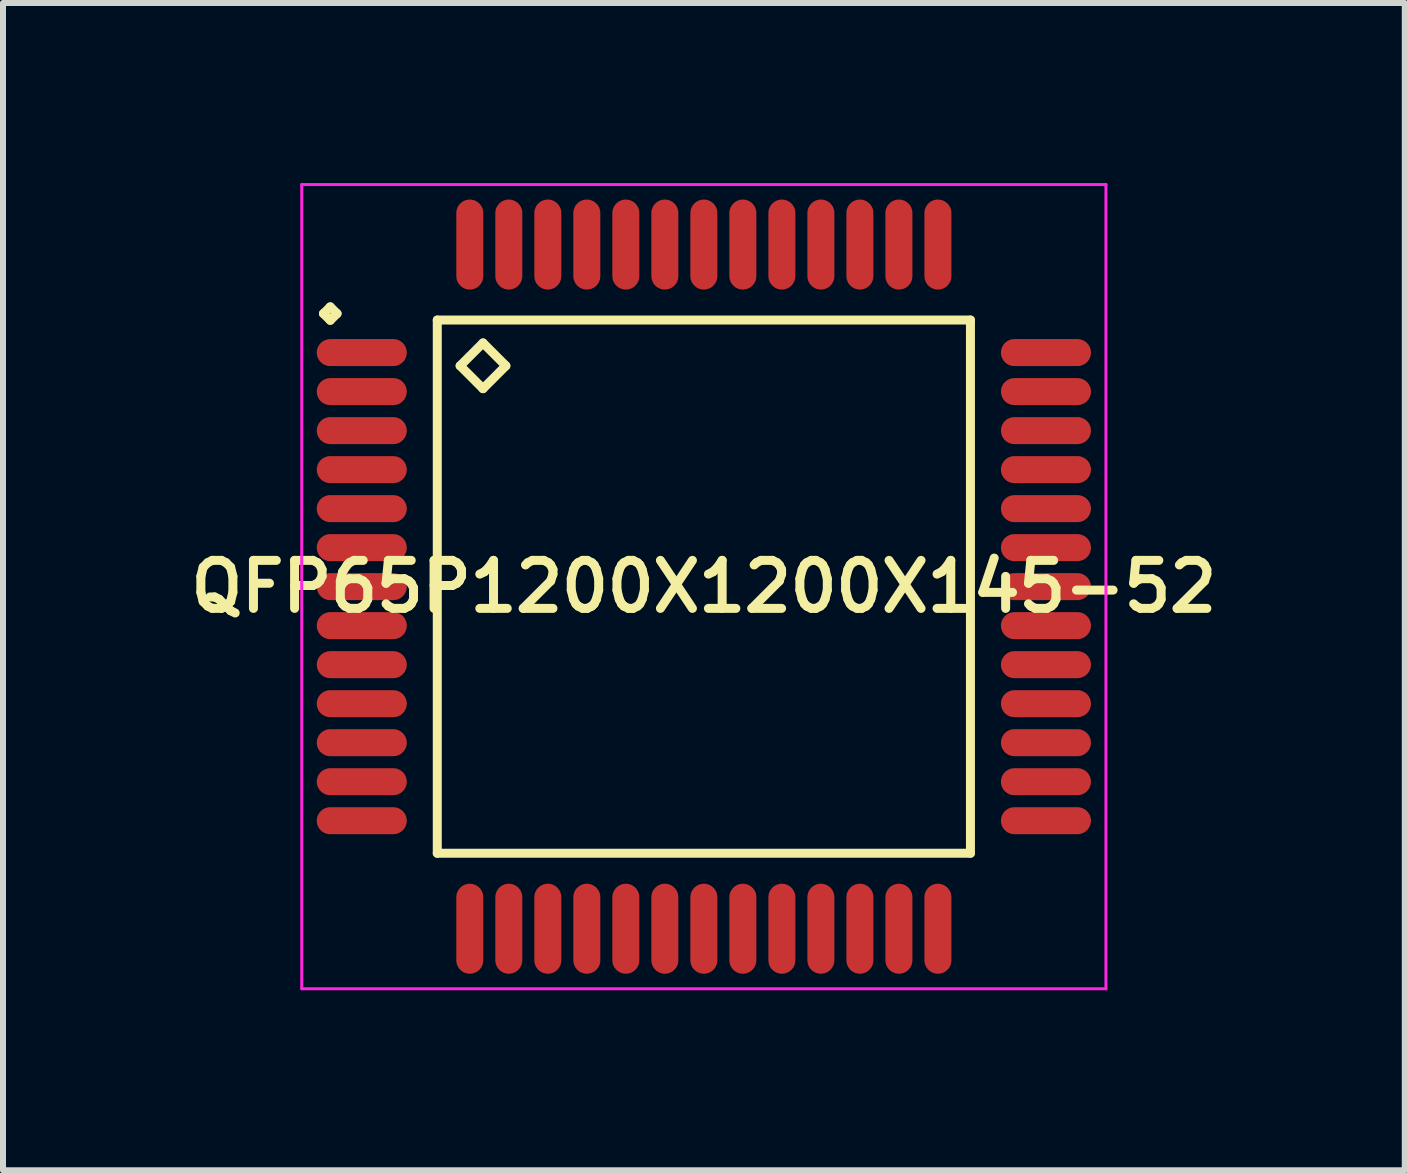
<source format=kicad_pcb>
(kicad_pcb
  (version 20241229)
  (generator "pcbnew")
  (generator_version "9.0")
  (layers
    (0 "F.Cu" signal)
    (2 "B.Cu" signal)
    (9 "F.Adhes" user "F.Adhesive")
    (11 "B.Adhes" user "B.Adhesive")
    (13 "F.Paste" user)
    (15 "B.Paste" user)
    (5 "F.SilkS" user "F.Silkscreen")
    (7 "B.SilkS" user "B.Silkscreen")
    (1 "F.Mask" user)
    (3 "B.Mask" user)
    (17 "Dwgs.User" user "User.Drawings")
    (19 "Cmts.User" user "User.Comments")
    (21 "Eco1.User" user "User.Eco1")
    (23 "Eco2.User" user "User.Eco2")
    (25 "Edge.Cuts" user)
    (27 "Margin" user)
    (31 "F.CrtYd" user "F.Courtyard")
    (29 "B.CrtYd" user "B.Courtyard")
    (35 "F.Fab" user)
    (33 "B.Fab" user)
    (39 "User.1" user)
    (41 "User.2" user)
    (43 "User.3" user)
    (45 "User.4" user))
  (footprint "QFP65P1200X1200X145-52"
    (layer "F.Cu")
    (at 8.678 6.725)
    (property "Reference" "QFP65P1200X1200X145-52" (at 0 0 0) (layer "F.SilkS") (effects (font (size 0.8 0.8) (thickness 0.15))))
    (attr smd)
    (fp_line (start -6.338 -4.55) (end -6.225 -4.662) (stroke (width 0.15) (type solid)) (layer "F.SilkS"))
    (fp_line (start -6.225 -4.662) (end -6.112 -4.55) (stroke (width 0.15) (type solid)) (layer "F.SilkS"))
    (fp_line (start -6.225 -4.438) (end -6.338 -4.55) (stroke (width 0.15) (type solid)) (layer "F.SilkS"))
    (fp_line (start -6.112 -4.55) (end -6.225 -4.438) (stroke (width 0.15) (type solid)) (layer "F.SilkS"))
    (fp_line (start -4.442 -4.442) (end -4.442 4.442) (stroke (width 0.15) (type solid)) (layer "F.SilkS"))
    (fp_line (start -4.442 4.442) (end 4.442 4.442) (stroke (width 0.15) (type solid)) (layer "F.SilkS"))
    (fp_line (start -4.061 -3.68) (end -3.68 -4.061) (stroke (width 0.15) (type solid)) (layer "F.SilkS"))
    (fp_line (start -3.68 -4.061) (end -3.299 -3.68) (stroke (width 0.15) (type solid)) (layer "F.SilkS"))
    (fp_line (start -3.68 -3.299) (end -4.061 -3.68) (stroke (width 0.15) (type solid)) (layer "F.SilkS"))
    (fp_line (start -3.299 -3.68) (end -3.68 -3.299) (stroke (width 0.15) (type solid)) (layer "F.SilkS"))
    (fp_line (start 4.442 -4.442) (end -4.442 -4.442) (stroke (width 0.15) (type solid)) (layer "F.SilkS"))
    (fp_line (start 4.442 4.442) (end 4.442 -4.442) (stroke (width 0.15) (type solid)) (layer "F.SilkS"))
    (fp_line (start -6.7 -6.7) (end 6.7 -6.7) (stroke (width 0.05) (type solid)) (layer "F.CrtYd"))
    (fp_line (start -6.7 6.7) (end -6.7 -6.7) (stroke (width 0.05) (type solid)) (layer "F.CrtYd"))
    (fp_line (start 6.7 -6.7) (end 6.7 6.7) (stroke (width 0.05) (type solid)) (layer "F.CrtYd"))
    (fp_line (start 6.7 6.7) (end -6.7 6.7) (stroke (width 0.05) (type solid)) (layer "F.CrtYd"))
    (pad "1" smd oval (at -5.7 -3.9) (size 1.5 0.45) (layers "F.Cu" "F.Mask" "F.Paste"))
    (pad "2" smd oval (at -5.7 -3.25) (size 1.5 0.45) (layers "F.Cu" "F.Mask" "F.Paste"))
    (pad "3" smd oval (at -5.7 -2.6) (size 1.5 0.45) (layers "F.Cu" "F.Mask" "F.Paste"))
    (pad "4" smd oval (at -5.7 -1.95) (size 1.5 0.45) (layers "F.Cu" "F.Mask" "F.Paste"))
    (pad "5" smd oval (at -5.7 -1.3) (size 1.5 0.45) (layers "F.Cu" "F.Mask" "F.Paste"))
    (pad "6" smd oval (at -5.7 -0.65) (size 1.5 0.45) (layers "F.Cu" "F.Mask" "F.Paste"))
    (pad "7" smd oval (at -5.7 0) (size 1.5 0.45) (layers "F.Cu" "F.Mask" "F.Paste"))
    (pad "8" smd oval (at -5.7 0.65) (size 1.5 0.45) (layers "F.Cu" "F.Mask" "F.Paste"))
    (pad "9" smd oval (at -5.7 1.3) (size 1.5 0.45) (layers "F.Cu" "F.Mask" "F.Paste"))
    (pad "10" smd oval (at -5.7 1.95) (size 1.5 0.45) (layers "F.Cu" "F.Mask" "F.Paste"))
    (pad "11" smd oval (at -5.7 2.6) (size 1.5 0.45) (layers "F.Cu" "F.Mask" "F.Paste"))
    (pad "12" smd oval (at -5.7 3.25) (size 1.5 0.45) (layers "F.Cu" "F.Mask" "F.Paste"))
    (pad "13" smd oval (at -5.7 3.9) (size 1.5 0.45) (layers "F.Cu" "F.Mask" "F.Paste"))
    (pad "14" smd oval (at -3.9 5.7) (size 0.45 1.5) (layers "F.Cu" "F.Mask" "F.Paste"))
    (pad "15" smd oval (at -3.25 5.7) (size 0.45 1.5) (layers "F.Cu" "F.Mask" "F.Paste"))
    (pad "16" smd oval (at -2.6 5.7) (size 0.45 1.5) (layers "F.Cu" "F.Mask" "F.Paste"))
    (pad "17" smd oval (at -1.95 5.7) (size 0.45 1.5) (layers "F.Cu" "F.Mask" "F.Paste"))
    (pad "18" smd oval (at -1.3 5.7) (size 0.45 1.5) (layers "F.Cu" "F.Mask" "F.Paste"))
    (pad "19" smd oval (at -0.65 5.7) (size 0.45 1.5) (layers "F.Cu" "F.Mask" "F.Paste"))
    (pad "20" smd oval (at 0 5.7) (size 0.45 1.5) (layers "F.Cu" "F.Mask" "F.Paste"))
    (pad "21" smd oval (at 0.65 5.7) (size 0.45 1.5) (layers "F.Cu" "F.Mask" "F.Paste"))
    (pad "22" smd oval (at 1.3 5.7) (size 0.45 1.5) (layers "F.Cu" "F.Mask" "F.Paste"))
    (pad "23" smd oval (at 1.95 5.7) (size 0.45 1.5) (layers "F.Cu" "F.Mask" "F.Paste"))
    (pad "24" smd oval (at 2.6 5.7) (size 0.45 1.5) (layers "F.Cu" "F.Mask" "F.Paste"))
    (pad "25" smd oval (at 3.25 5.7) (size 0.45 1.5) (layers "F.Cu" "F.Mask" "F.Paste"))
    (pad "26" smd oval (at 3.9 5.7) (size 0.45 1.5) (layers "F.Cu" "F.Mask" "F.Paste"))
    (pad "27" smd oval (at 5.7 3.9) (size 1.5 0.45) (layers "F.Cu" "F.Mask" "F.Paste"))
    (pad "28" smd oval (at 5.7 3.25) (size 1.5 0.45) (layers "F.Cu" "F.Mask" "F.Paste"))
    (pad "29" smd oval (at 5.7 2.6) (size 1.5 0.45) (layers "F.Cu" "F.Mask" "F.Paste"))
    (pad "30" smd oval (at 5.7 1.95) (size 1.5 0.45) (layers "F.Cu" "F.Mask" "F.Paste"))
    (pad "31" smd oval (at 5.7 1.3) (size 1.5 0.45) (layers "F.Cu" "F.Mask" "F.Paste"))
    (pad "32" smd oval (at 5.7 0.65) (size 1.5 0.45) (layers "F.Cu" "F.Mask" "F.Paste"))
    (pad "33" smd oval (at 5.7 0) (size 1.5 0.45) (layers "F.Cu" "F.Mask" "F.Paste"))
    (pad "34" smd oval (at 5.7 -0.65) (size 1.5 0.45) (layers "F.Cu" "F.Mask" "F.Paste"))
    (pad "35" smd oval (at 5.7 -1.3) (size 1.5 0.45) (layers "F.Cu" "F.Mask" "F.Paste"))
    (pad "36" smd oval (at 5.7 -1.95) (size 1.5 0.45) (layers "F.Cu" "F.Mask" "F.Paste"))
    (pad "37" smd oval (at 5.7 -2.6) (size 1.5 0.45) (layers "F.Cu" "F.Mask" "F.Paste"))
    (pad "38" smd oval (at 5.7 -3.25) (size 1.5 0.45) (layers "F.Cu" "F.Mask" "F.Paste"))
    (pad "39" smd oval (at 5.7 -3.9) (size 1.5 0.45) (layers "F.Cu" "F.Mask" "F.Paste"))
    (pad "40" smd oval (at 3.9 -5.7) (size 0.45 1.5) (layers "F.Cu" "F.Mask" "F.Paste"))
    (pad "41" smd oval (at 3.25 -5.7) (size 0.45 1.5) (layers "F.Cu" "F.Mask" "F.Paste"))
    (pad "42" smd oval (at 2.6 -5.7) (size 0.45 1.5) (layers "F.Cu" "F.Mask" "F.Paste"))
    (pad "43" smd oval (at 1.95 -5.7) (size 0.45 1.5) (layers "F.Cu" "F.Mask" "F.Paste"))
    (pad "44" smd oval (at 1.3 -5.7) (size 0.45 1.5) (layers "F.Cu" "F.Mask" "F.Paste"))
    (pad "45" smd oval (at 0.65 -5.7) (size 0.45 1.5) (layers "F.Cu" "F.Mask" "F.Paste"))
    (pad "46" smd oval (at 0 -5.7) (size 0.45 1.5) (layers "F.Cu" "F.Mask" "F.Paste"))
    (pad "47" smd oval (at -0.65 -5.7) (size 0.45 1.5) (layers "F.Cu" "F.Mask" "F.Paste"))
    (pad "48" smd oval (at -1.3 -5.7) (size 0.45 1.5) (layers "F.Cu" "F.Mask" "F.Paste"))
    (pad "49" smd oval (at -1.95 -5.7) (size 0.45 1.5) (layers "F.Cu" "F.Mask" "F.Paste"))
    (pad "50" smd oval (at -2.6 -5.7) (size 0.45 1.5) (layers "F.Cu" "F.Mask" "F.Paste"))
    (pad "51" smd oval (at -3.25 -5.7) (size 0.45 1.5) (layers "F.Cu" "F.Mask" "F.Paste"))
    (pad "52" smd oval (at -3.9 -5.7) (size 0.45 1.5) (layers "F.Cu" "F.Mask" "F.Paste")))
  (gr_rect
    (start -3 -3)
    (end 20.357 16.45)
    (stroke (width 0.1) (type default))
    (fill no)
    (layer "Edge.Cuts")))
</source>
